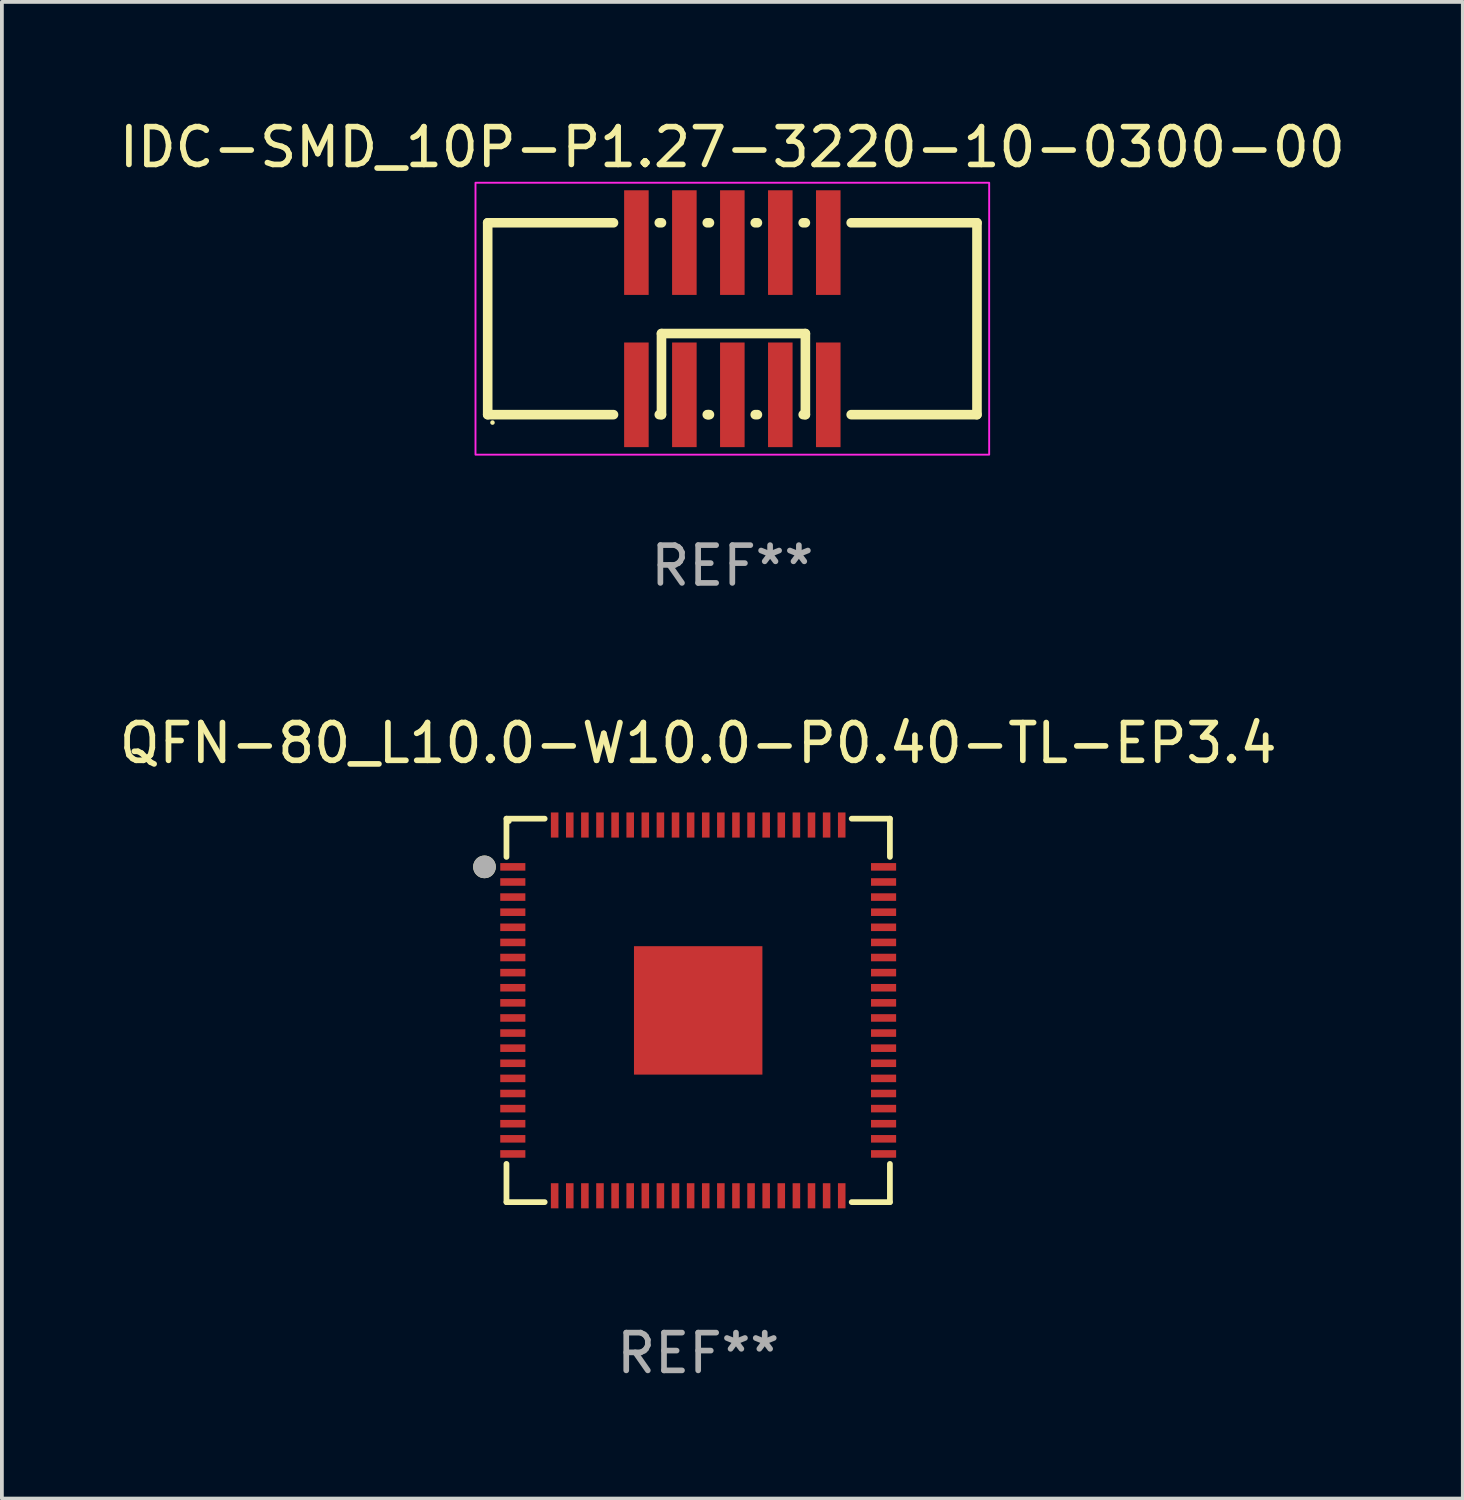
<source format=kicad_pcb>
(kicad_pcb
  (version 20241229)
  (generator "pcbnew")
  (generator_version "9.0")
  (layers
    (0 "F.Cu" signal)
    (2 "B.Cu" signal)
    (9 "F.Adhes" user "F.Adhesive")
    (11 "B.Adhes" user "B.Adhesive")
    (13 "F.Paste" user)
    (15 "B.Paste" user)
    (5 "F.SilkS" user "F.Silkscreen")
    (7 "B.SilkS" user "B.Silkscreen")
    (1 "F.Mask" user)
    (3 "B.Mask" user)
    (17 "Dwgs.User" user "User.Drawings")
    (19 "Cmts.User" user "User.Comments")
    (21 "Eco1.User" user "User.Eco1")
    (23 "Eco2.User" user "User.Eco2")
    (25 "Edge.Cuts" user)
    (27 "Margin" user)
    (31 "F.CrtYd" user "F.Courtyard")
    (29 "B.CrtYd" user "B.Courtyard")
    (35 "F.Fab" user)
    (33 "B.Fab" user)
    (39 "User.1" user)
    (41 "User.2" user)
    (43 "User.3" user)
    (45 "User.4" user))
  (footprint "QFN-80_L10.0-W10.0-P0.40-TL-EP3.4"
    (layer "F.Cu")
    (at 15.435 23.701)
    (property "Reference" "QFN-80_L10.0-W10.0-P0.40-TL-EP3.4" (at 0 -7.076 0) (layer "F.SilkS") (effects (font (size 1 1) (thickness 0.15))))
    (attr smd)
    (fp_line (start -5.076 -5.076) (end -4.064 -5.076) (stroke (width 0.152) (type solid)) (layer "F.SilkS"))
    (fp_line (start -5.076 -4.064) (end -5.076 -5.076) (stroke (width 0.152) (type solid)) (layer "F.SilkS"))
    (fp_line (start -5.076 4.064) (end -5.076 5.076) (stroke (width 0.152) (type solid)) (layer "F.SilkS"))
    (fp_line (start -5.076 5.076) (end -4.064 5.076) (stroke (width 0.152) (type solid)) (layer "F.SilkS"))
    (fp_line (start 5.076 -5.076) (end 4.064 -5.076) (stroke (width 0.152) (type solid)) (layer "F.SilkS"))
    (fp_line (start 5.076 -4.064) (end 5.076 -5.076) (stroke (width 0.152) (type solid)) (layer "F.SilkS"))
    (fp_line (start 5.076 4.064) (end 5.076 5.076) (stroke (width 0.152) (type solid)) (layer "F.SilkS"))
    (fp_line (start 5.076 5.076) (end 4.064 5.076) (stroke (width 0.152) (type solid)) (layer "F.SilkS"))
    (fp_circle (center -5.658 -3.8) (end -5.508 -3.8) (stroke (width 0.3) (type solid)) (fill no) (layer "F.SilkS"))
    (fp_circle (center -5 -5) (end -4.97 -5) (stroke (width 0.06) (type solid)) (fill no) (layer "F.SilkS"))
    (fp_circle (center -5.658 -3.8) (end -5.508 -3.8) (stroke (width 0.3) (type solid)) (fill no) (layer "F.Fab"))
    (fp_text user "REF**" (at 0 9.076 0) (layer "F.Fab") (effects (font (size 1 1) (thickness 0.15))))
    (pad "1" smd rect (at -4.908 -3.8) (size 0.665 0.2) (layers "F.Cu" "F.Mask" "F.Paste"))
    (pad "2" smd rect (at -4.908 -3.4) (size 0.665 0.2) (layers "F.Cu" "F.Mask" "F.Paste"))
    (pad "3" smd rect (at -4.908 -3) (size 0.665 0.2) (layers "F.Cu" "F.Mask" "F.Paste"))
    (pad "4" smd rect (at -4.908 -2.6) (size 0.665 0.2) (layers "F.Cu" "F.Mask" "F.Paste"))
    (pad "5" smd rect (at -4.908 -2.2) (size 0.665 0.2) (layers "F.Cu" "F.Mask" "F.Paste"))
    (pad "6" smd rect (at -4.908 -1.8) (size 0.665 0.2) (layers "F.Cu" "F.Mask" "F.Paste"))
    (pad "7" smd rect (at -4.908 -1.4) (size 0.665 0.2) (layers "F.Cu" "F.Mask" "F.Paste"))
    (pad "8" smd rect (at -4.908 -1) (size 0.665 0.2) (layers "F.Cu" "F.Mask" "F.Paste"))
    (pad "9" smd rect (at -4.908 -0.6) (size 0.665 0.2) (layers "F.Cu" "F.Mask" "F.Paste"))
    (pad "10" smd rect (at -4.908 -0.2) (size 0.665 0.2) (layers "F.Cu" "F.Mask" "F.Paste"))
    (pad "11" smd rect (at -4.908 0.2) (size 0.665 0.2) (layers "F.Cu" "F.Mask" "F.Paste"))
    (pad "12" smd rect (at -4.908 0.6) (size 0.665 0.2) (layers "F.Cu" "F.Mask" "F.Paste"))
    (pad "13" smd rect (at -4.908 1) (size 0.665 0.2) (layers "F.Cu" "F.Mask" "F.Paste"))
    (pad "14" smd rect (at -4.908 1.4) (size 0.665 0.2) (layers "F.Cu" "F.Mask" "F.Paste"))
    (pad "15" smd rect (at -4.908 1.8) (size 0.665 0.2) (layers "F.Cu" "F.Mask" "F.Paste"))
    (pad "16" smd rect (at -4.908 2.2) (size 0.665 0.2) (layers "F.Cu" "F.Mask" "F.Paste"))
    (pad "17" smd rect (at -4.908 2.6) (size 0.665 0.2) (layers "F.Cu" "F.Mask" "F.Paste"))
    (pad "18" smd rect (at -4.908 3) (size 0.665 0.2) (layers "F.Cu" "F.Mask" "F.Paste"))
    (pad "19" smd rect (at -4.908 3.4) (size 0.665 0.2) (layers "F.Cu" "F.Mask" "F.Paste"))
    (pad "20" smd rect (at -4.908 3.8) (size 0.665 0.2) (layers "F.Cu" "F.Mask" "F.Paste"))
    (pad "21" smd rect (at -3.8 4.908) (size 0.2 0.665) (layers "F.Cu" "F.Mask" "F.Paste"))
    (pad "22" smd rect (at -3.4 4.908) (size 0.2 0.665) (layers "F.Cu" "F.Mask" "F.Paste"))
    (pad "23" smd rect (at -3 4.908) (size 0.2 0.665) (layers "F.Cu" "F.Mask" "F.Paste"))
    (pad "24" smd rect (at -2.6 4.908) (size 0.2 0.665) (layers "F.Cu" "F.Mask" "F.Paste"))
    (pad "25" smd rect (at -2.2 4.908) (size 0.2 0.665) (layers "F.Cu" "F.Mask" "F.Paste"))
    (pad "26" smd rect (at -1.8 4.908) (size 0.2 0.665) (layers "F.Cu" "F.Mask" "F.Paste"))
    (pad "27" smd rect (at -1.4 4.908) (size 0.2 0.665) (layers "F.Cu" "F.Mask" "F.Paste"))
    (pad "28" smd rect (at -1 4.908) (size 0.2 0.665) (layers "F.Cu" "F.Mask" "F.Paste"))
    (pad "29" smd rect (at -0.6 4.908) (size 0.2 0.665) (layers "F.Cu" "F.Mask" "F.Paste"))
    (pad "30" smd rect (at -0.2 4.908) (size 0.2 0.665) (layers "F.Cu" "F.Mask" "F.Paste"))
    (pad "31" smd rect (at 0.2 4.908) (size 0.2 0.665) (layers "F.Cu" "F.Mask" "F.Paste"))
    (pad "32" smd rect (at 0.6 4.908) (size 0.2 0.665) (layers "F.Cu" "F.Mask" "F.Paste"))
    (pad "33" smd rect (at 1 4.908) (size 0.2 0.665) (layers "F.Cu" "F.Mask" "F.Paste"))
    (pad "34" smd rect (at 1.4 4.908) (size 0.2 0.665) (layers "F.Cu" "F.Mask" "F.Paste"))
    (pad "35" smd rect (at 1.8 4.908) (size 0.2 0.665) (layers "F.Cu" "F.Mask" "F.Paste"))
    (pad "36" smd rect (at 2.2 4.908) (size 0.2 0.665) (layers "F.Cu" "F.Mask" "F.Paste"))
    (pad "37" smd rect (at 2.6 4.908) (size 0.2 0.665) (layers "F.Cu" "F.Mask" "F.Paste"))
    (pad "38" smd rect (at 3 4.908) (size 0.2 0.665) (layers "F.Cu" "F.Mask" "F.Paste"))
    (pad "39" smd rect (at 3.4 4.908) (size 0.2 0.665) (layers "F.Cu" "F.Mask" "F.Paste"))
    (pad "40" smd rect (at 3.8 4.908) (size 0.2 0.665) (layers "F.Cu" "F.Mask" "F.Paste"))
    (pad "41" smd rect (at 4.908 3.8) (size 0.665 0.2) (layers "F.Cu" "F.Mask" "F.Paste"))
    (pad "42" smd rect (at 4.908 3.4) (size 0.665 0.2) (layers "F.Cu" "F.Mask" "F.Paste"))
    (pad "43" smd rect (at 4.908 3) (size 0.665 0.2) (layers "F.Cu" "F.Mask" "F.Paste"))
    (pad "44" smd rect (at 4.908 2.6) (size 0.665 0.2) (layers "F.Cu" "F.Mask" "F.Paste"))
    (pad "45" smd rect (at 4.908 2.2) (size 0.665 0.2) (layers "F.Cu" "F.Mask" "F.Paste"))
    (pad "46" smd rect (at 4.908 1.8) (size 0.665 0.2) (layers "F.Cu" "F.Mask" "F.Paste"))
    (pad "47" smd rect (at 4.908 1.4) (size 0.665 0.2) (layers "F.Cu" "F.Mask" "F.Paste"))
    (pad "48" smd rect (at 4.908 1) (size 0.665 0.2) (layers "F.Cu" "F.Mask" "F.Paste"))
    (pad "49" smd rect (at 4.908 0.6) (size 0.665 0.2) (layers "F.Cu" "F.Mask" "F.Paste"))
    (pad "50" smd rect (at 4.908 0.2) (size 0.665 0.2) (layers "F.Cu" "F.Mask" "F.Paste"))
    (pad "51" smd rect (at 4.908 -0.2) (size 0.665 0.2) (layers "F.Cu" "F.Mask" "F.Paste"))
    (pad "52" smd rect (at 4.908 -0.6) (size 0.665 0.2) (layers "F.Cu" "F.Mask" "F.Paste"))
    (pad "53" smd rect (at 4.908 -1) (size 0.665 0.2) (layers "F.Cu" "F.Mask" "F.Paste"))
    (pad "54" smd rect (at 4.908 -1.4) (size 0.665 0.2) (layers "F.Cu" "F.Mask" "F.Paste"))
    (pad "55" smd rect (at 4.908 -1.8) (size 0.665 0.2) (layers "F.Cu" "F.Mask" "F.Paste"))
    (pad "56" smd rect (at 4.908 -2.2) (size 0.665 0.2) (layers "F.Cu" "F.Mask" "F.Paste"))
    (pad "57" smd rect (at 4.908 -2.6) (size 0.665 0.2) (layers "F.Cu" "F.Mask" "F.Paste"))
    (pad "58" smd rect (at 4.908 -3) (size 0.665 0.2) (layers "F.Cu" "F.Mask" "F.Paste"))
    (pad "59" smd rect (at 4.908 -3.4) (size 0.665 0.2) (layers "F.Cu" "F.Mask" "F.Paste"))
    (pad "60" smd rect (at 4.908 -3.8) (size 0.665 0.2) (layers "F.Cu" "F.Mask" "F.Paste"))
    (pad "61" smd rect (at 3.8 -4.908) (size 0.2 0.665) (layers "F.Cu" "F.Mask" "F.Paste"))
    (pad "62" smd rect (at 3.4 -4.908) (size 0.2 0.665) (layers "F.Cu" "F.Mask" "F.Paste"))
    (pad "63" smd rect (at 3 -4.908) (size 0.2 0.665) (layers "F.Cu" "F.Mask" "F.Paste"))
    (pad "64" smd rect (at 2.6 -4.908) (size 0.2 0.665) (layers "F.Cu" "F.Mask" "F.Paste"))
    (pad "65" smd rect (at 2.2 -4.908) (size 0.2 0.665) (layers "F.Cu" "F.Mask" "F.Paste"))
    (pad "66" smd rect (at 1.8 -4.908) (size 0.2 0.665) (layers "F.Cu" "F.Mask" "F.Paste"))
    (pad "67" smd rect (at 1.4 -4.908) (size 0.2 0.665) (layers "F.Cu" "F.Mask" "F.Paste"))
    (pad "68" smd rect (at 1 -4.908) (size 0.2 0.665) (layers "F.Cu" "F.Mask" "F.Paste"))
    (pad "69" smd rect (at 0.6 -4.908) (size 0.2 0.665) (layers "F.Cu" "F.Mask" "F.Paste"))
    (pad "70" smd rect (at 0.2 -4.908) (size 0.2 0.665) (layers "F.Cu" "F.Mask" "F.Paste"))
    (pad "71" smd rect (at -0.2 -4.908) (size 0.2 0.665) (layers "F.Cu" "F.Mask" "F.Paste"))
    (pad "72" smd rect (at -0.6 -4.908) (size 0.2 0.665) (layers "F.Cu" "F.Mask" "F.Paste"))
    (pad "73" smd rect (at -1 -4.908) (size 0.2 0.665) (layers "F.Cu" "F.Mask" "F.Paste"))
    (pad "74" smd rect (at -1.4 -4.908) (size 0.2 0.665) (layers "F.Cu" "F.Mask" "F.Paste"))
    (pad "75" smd rect (at -1.8 -4.908) (size 0.2 0.665) (layers "F.Cu" "F.Mask" "F.Paste"))
    (pad "76" smd rect (at -2.2 -4.908) (size 0.2 0.665) (layers "F.Cu" "F.Mask" "F.Paste"))
    (pad "77" smd rect (at -2.6 -4.908) (size 0.2 0.665) (layers "F.Cu" "F.Mask" "F.Paste"))
    (pad "78" smd rect (at -3 -4.908) (size 0.2 0.665) (layers "F.Cu" "F.Mask" "F.Paste"))
    (pad "79" smd rect (at -3.4 -4.908) (size 0.2 0.665) (layers "F.Cu" "F.Mask" "F.Paste"))
    (pad "80" smd rect (at -3.8 -4.908) (size 0.2 0.665) (layers "F.Cu" "F.Mask" "F.Paste"))
    (pad "81" smd rect (at 0 0) (size 3.4 3.4) (layers "F.Cu" "F.Mask" "F.Paste")))
  (footprint "IDC-SMD_10P-P1.27-3220-10-0300-00"
    (layer "F.Cu")
    (at 16.339 5.388)
    (property "Reference" "IDC-SMD_10P-P1.27-3220-10-0300-00" (at 0 -4.54 0) (layer "F.SilkS") (effects (font (size 1 1) (thickness 0.15))))
    (attr smd)
    (fp_line (start -6.477 -2.54) (end -3.146 -2.54) (stroke (width 0.254) (type solid)) (layer "F.SilkS"))
    (fp_line (start -6.477 2.54) (end -6.477 -2.54) (stroke (width 0.254) (type solid)) (layer "F.SilkS"))
    (fp_line (start -3.146 2.54) (end -6.477 2.54) (stroke (width 0.254) (type solid)) (layer "F.SilkS"))
    (fp_line (start -1.934 -2.54) (end -1.876 -2.54) (stroke (width 0.254) (type solid)) (layer "F.SilkS"))
    (fp_line (start -1.876 0.393) (end 1.934 0.393) (stroke (width 0.254) (type solid)) (layer "F.SilkS"))
    (fp_line (start -1.876 2.54) (end -1.934 2.54) (stroke (width 0.254) (type solid)) (layer "F.SilkS"))
    (fp_line (start -1.876 2.54) (end -1.876 0.393) (stroke (width 0.254) (type solid)) (layer "F.SilkS"))
    (fp_line (start -0.664 -2.54) (end -0.606 -2.54) (stroke (width 0.254) (type solid)) (layer "F.SilkS"))
    (fp_line (start -0.635 2.54) (end -0.664 2.54) (stroke (width 0.254) (type solid)) (layer "F.SilkS"))
    (fp_line (start -0.606 2.54) (end -0.635 2.54) (stroke (width 0.254) (type solid)) (layer "F.SilkS"))
    (fp_line (start 0.606 -2.54) (end 0.664 -2.54) (stroke (width 0.254) (type solid)) (layer "F.SilkS"))
    (fp_line (start 0.664 2.54) (end 0.606 2.54) (stroke (width 0.254) (type solid)) (layer "F.SilkS"))
    (fp_line (start 1.876 -2.54) (end 1.934 -2.54) (stroke (width 0.254) (type solid)) (layer "F.SilkS"))
    (fp_line (start 1.934 2.54) (end 1.876 2.54) (stroke (width 0.254) (type solid)) (layer "F.SilkS"))
    (fp_line (start 1.934 2.54) (end 1.934 0.393) (stroke (width 0.254) (type solid)) (layer "F.SilkS"))
    (fp_line (start 3.146 -2.54) (end 6.477 -2.54) (stroke (width 0.254) (type solid)) (layer "F.SilkS"))
    (fp_line (start 6.477 -2.54) (end 6.477 2.54) (stroke (width 0.254) (type solid)) (layer "F.SilkS"))
    (fp_line (start 6.477 2.54) (end 3.146 2.54) (stroke (width 0.254) (type solid)) (layer "F.SilkS"))
    (fp_circle (center -6.35 2.75) (end -6.32 2.75) (stroke (width 0.06) (type solid)) (fill no) (layer "F.SilkS"))
    (fp_rect (start -6.8 -3.6) (end 6.8 3.6) (stroke (width 0.05) (type default)) (fill no) (layer "F.CrtYd"))
    (fp_text user "REF**" (at 0 6.54 0) (layer "F.Fab") (effects (font (size 1 1) (thickness 0.15))))
    (pad "1" smd rect (at -2.54 2.015) (size 0.65 2.77) (layers "F.Cu" "F.Mask" "F.Paste"))
    (pad "2" smd rect (at -2.54 -2.015) (size 0.65 2.77) (layers "F.Cu" "F.Mask" "F.Paste"))
    (pad "3" smd rect (at -1.27 2.015) (size 0.65 2.77) (layers "F.Cu" "F.Mask" "F.Paste"))
    (pad "4" smd rect (at -1.27 -2.015) (size 0.65 2.77) (layers "F.Cu" "F.Mask" "F.Paste"))
    (pad "5" smd rect (at 0 2.015) (size 0.65 2.77) (layers "F.Cu" "F.Mask" "F.Paste"))
    (pad "6" smd rect (at 0 -2.015) (size 0.65 2.77) (layers "F.Cu" "F.Mask" "F.Paste"))
    (pad "7" smd rect (at 1.27 2.015) (size 0.65 2.77) (layers "F.Cu" "F.Mask" "F.Paste"))
    (pad "8" smd rect (at 1.27 -2.015) (size 0.65 2.77) (layers "F.Cu" "F.Mask" "F.Paste"))
    (pad "9" smd rect (at 2.54 2.015) (size 0.65 2.77) (layers "F.Cu" "F.Mask" "F.Paste"))
    (pad "10" smd rect (at 2.54 -2.015) (size 0.65 2.77) (layers "F.Cu" "F.Mask" "F.Paste")))
  (gr_rect
    (start -3 -3)
    (end 35.679 36.625)
    (stroke (width 0.1) (type default))
    (fill no)
    (layer "Edge.Cuts")))
</source>
